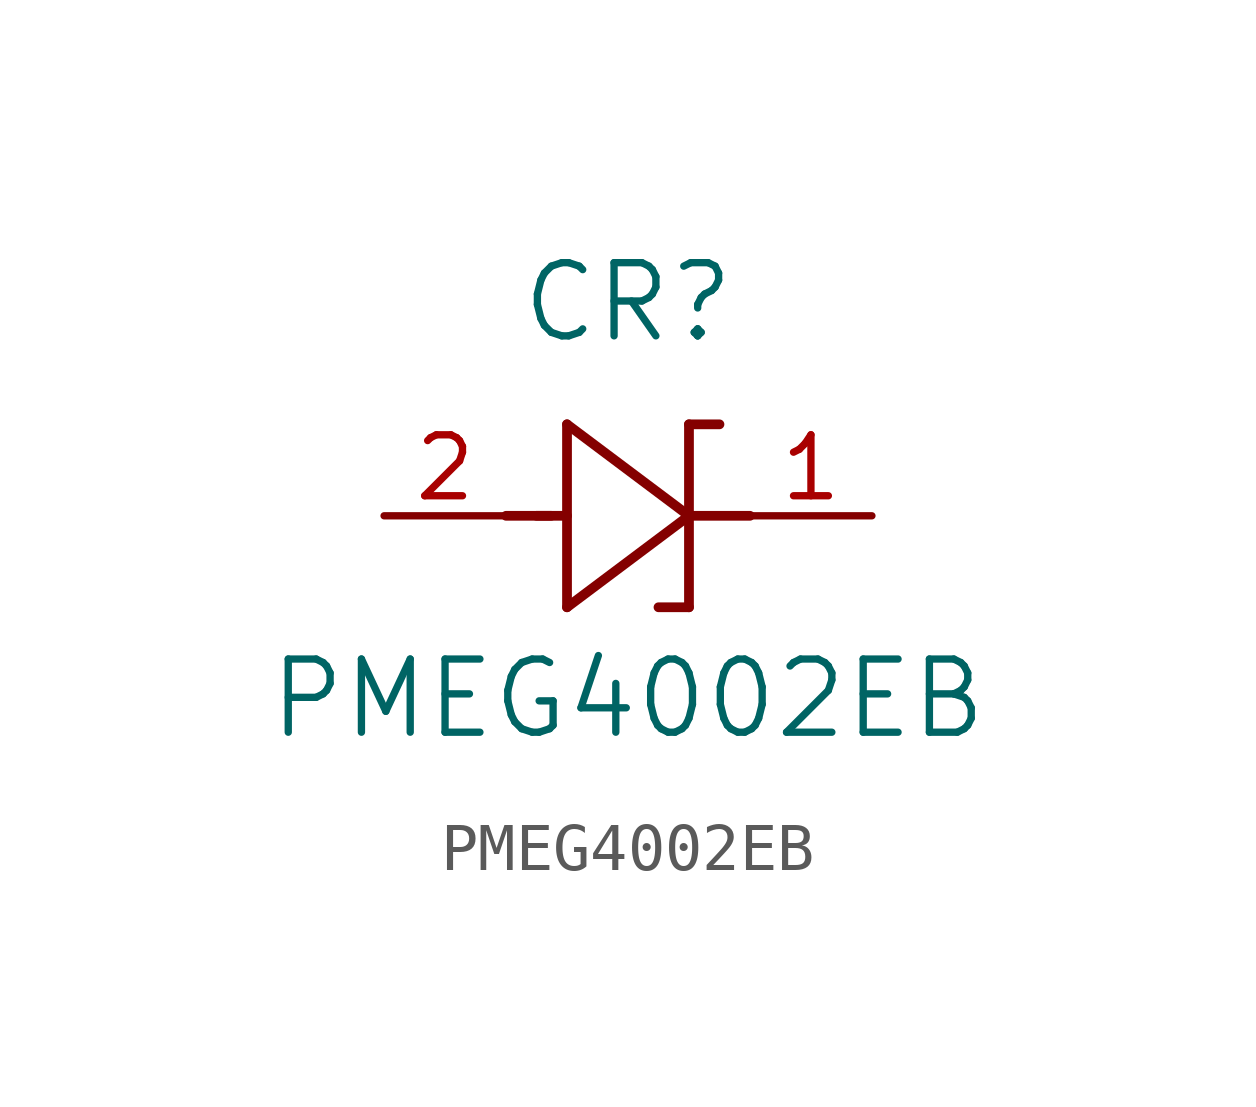
<source format=kicad_sym>
(kicad_symbol_lib
  (version 20211014)
  (generator kicad_symbol_editor)
  (symbol "PMEG4002EB"
    (pin_names
      (offset 0.254))
    (property "Reference" "CR"
      (at 5.08 4.445 0)
      (effects (font (size 1.524 1.524))))
    (property "Value" "PMEG4002EB"
      (at 5.08 -3.81 0)
      (effects (font (size 1.524 1.524))))
    (symbol "PMEG4002EB_0_1"
      (polyline (pts (xy 2.54 0) (xy 3.48 0)) (stroke (width 0.203) (type default) (color 0 0 0 0)) (fill (type none)))
      (polyline (pts (xy 3.175 0) (xy 3.81 0)) (stroke (width 0.203) (type default) (color 0 0 0 0)) (fill (type none)))
      (polyline (pts (xy 3.81 -1.905) (xy 6.35 0)) (stroke (width 0.203) (type default) (color 0 0 0 0)) (fill (type none)))
      (polyline (pts (xy 6.35 -1.905) (xy 5.715 -1.905)) (stroke (width 0.203) (type default) (color 0 0 0 0)) (fill (type none)))
      (polyline (pts (xy 6.35 1.905) (xy 6.985 1.905)) (stroke (width 0.203) (type default) (color 0 0 0 0)) (fill (type none)))
      (polyline (pts (xy 3.81 1.905) (xy 3.81 -1.905)) (stroke (width 0.203) (type default) (color 0 0 0 0)) (fill (type none)))
      (polyline (pts (xy 6.35 -1.905) (xy 6.35 1.905)) (stroke (width 0.203) (type default) (color 0 0 0 0)) (fill (type none)))
      (polyline (pts (xy 6.35 0) (xy 3.81 1.905)) (stroke (width 0.203) (type default) (color 0 0 0 0)) (fill (type none)))
      (polyline (pts (xy 6.35 0) (xy 7.62 0)) (stroke (width 0.203) (type default) (color 0 0 0 0)) (fill (type none)))
      (pin unspecified line (at 10.16 0 180) (length 2.54) (name "" (effects (font (size 1.27 1.27)))) (number "1" (effects (font (size 1.27 1.27)))))
      (pin unspecified line (at 0 0 0) (length 2.54) (name "" (effects (font (size 1.27 1.27)))) (number "2" (effects (font (size 1.27 1.27))))))))
</source>
